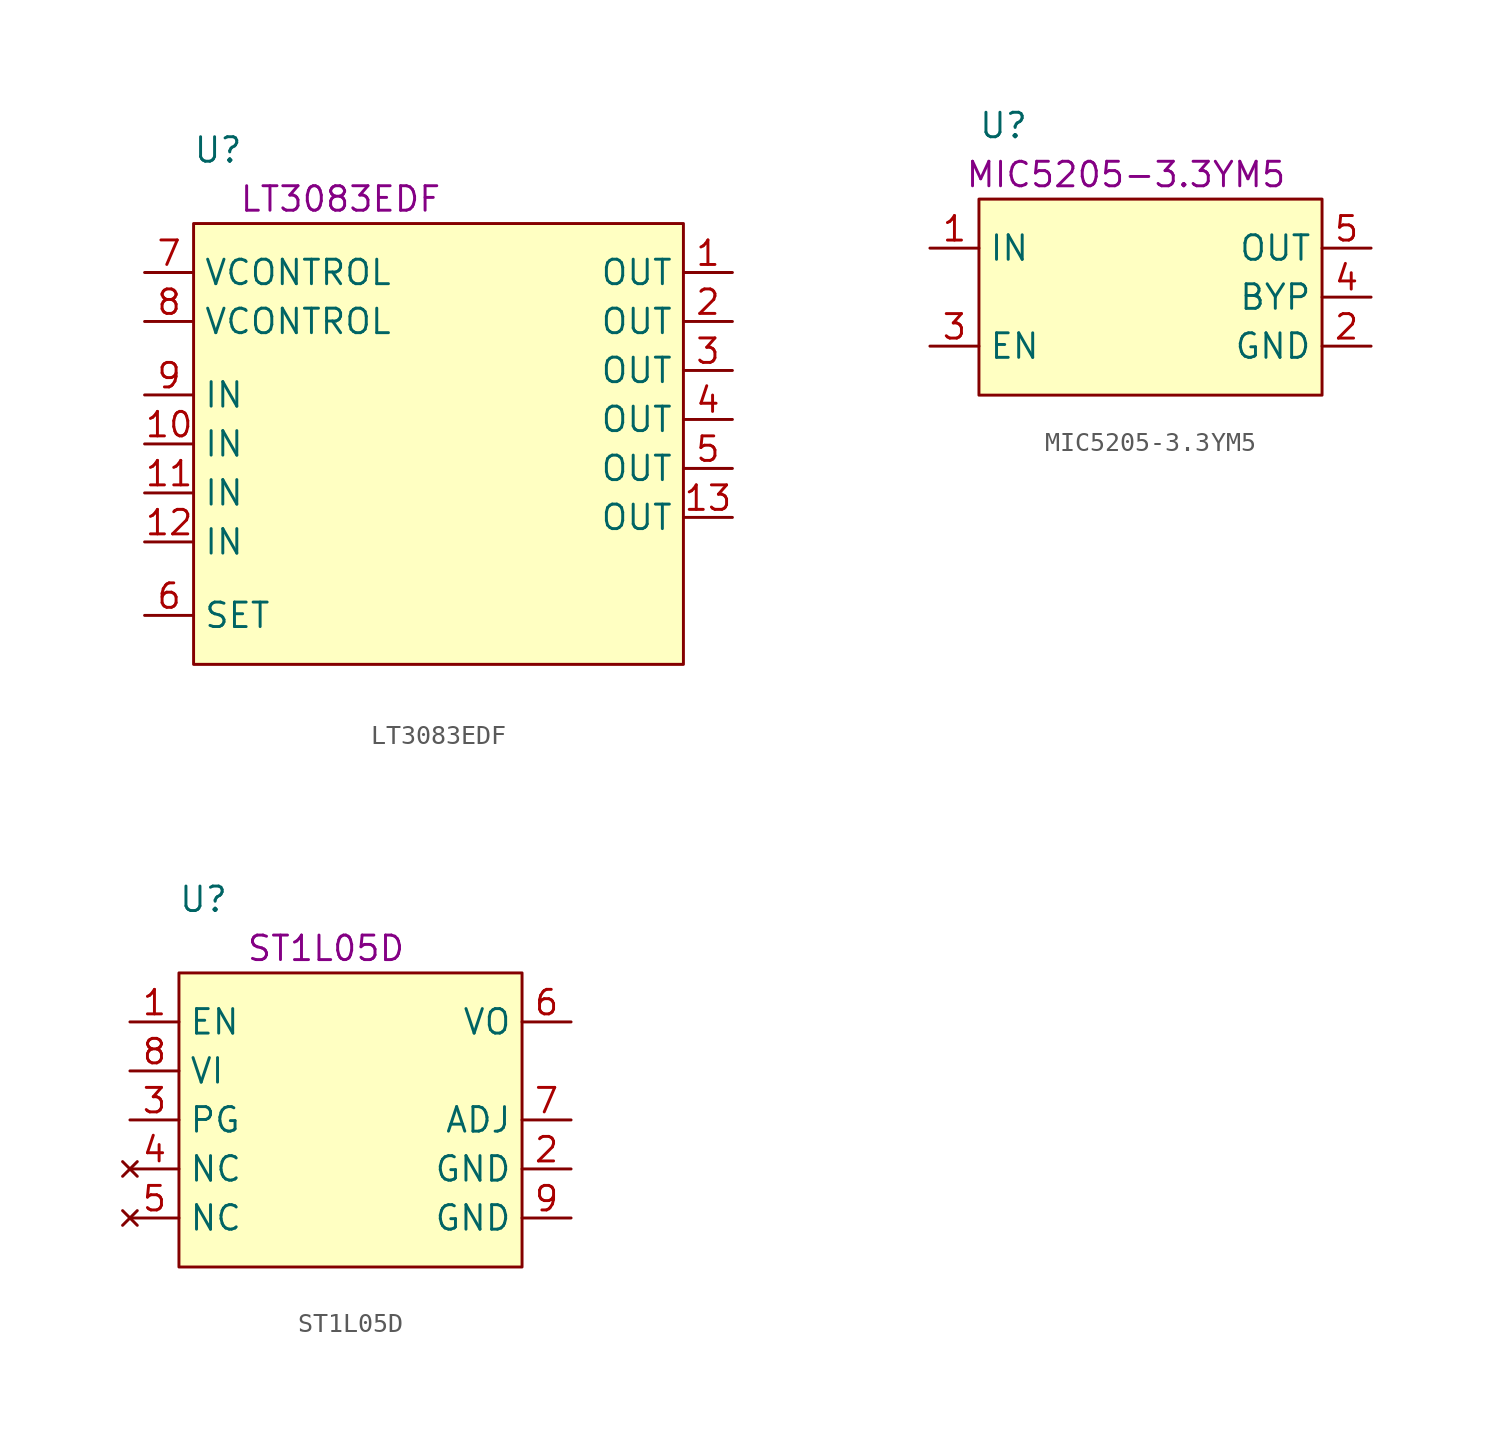
<source format=kicad_sym>
(kicad_symbol_lib
  (version 20211014)
  (generator kicad_symbol_editor)
  (symbol "LT3083EDF"
    (property "Reference" "U"
      (at 3.81 6.35 0)
      (effects (font (size 1.27 1.27))))
    (property "P/N" "LT3083EDF"
      (at 10.16 3.81 0)
      (effects (font (size 1.27 1.27))))
    (symbol "LT3083EDF_0_0"
      (pin power_out line (at 30.48 0 180) (length 2.54) (name "OUT" (effects (font (size 1.27 1.27)))) (number "1" (effects (font (size 1.27 1.27)))))
      (pin power_in line (at 0 -8.89 0) (length 2.54) (name "IN" (effects (font (size 1.27 1.27)))) (number "10" (effects (font (size 1.27 1.27)))))
      (pin power_in line (at 0 -11.43 0) (length 2.54) (name "IN" (effects (font (size 1.27 1.27)))) (number "11" (effects (font (size 1.27 1.27)))))
      (pin power_in line (at 0 -13.97 0) (length 2.54) (name "IN" (effects (font (size 1.27 1.27)))) (number "12" (effects (font (size 1.27 1.27)))))
      (pin power_out line (at 30.48 -12.7 180) (length 2.54) (name "OUT" (effects (font (size 1.27 1.27)))) (number "13" (effects (font (size 1.27 1.27)))))
      (pin power_out line (at 30.48 -2.54 180) (length 2.54) (name "OUT" (effects (font (size 1.27 1.27)))) (number "2" (effects (font (size 1.27 1.27)))))
      (pin power_out line (at 30.48 -5.08 180) (length 2.54) (name "OUT" (effects (font (size 1.27 1.27)))) (number "3" (effects (font (size 1.27 1.27)))))
      (pin power_out line (at 30.48 -7.62 180) (length 2.54) (name "OUT" (effects (font (size 1.27 1.27)))) (number "4" (effects (font (size 1.27 1.27)))))
      (pin power_out line (at 30.48 -10.16 180) (length 2.54) (name "OUT" (effects (font (size 1.27 1.27)))) (number "5" (effects (font (size 1.27 1.27)))))
      (pin passive line (at 0 -17.78 0) (length 2.54) (name "SET" (effects (font (size 1.27 1.27)))) (number "6" (effects (font (size 1.27 1.27)))))
      (pin passive line (at 0 0 0) (length 2.54) (name "VCONTROL" (effects (font (size 1.27 1.27)))) (number "7" (effects (font (size 1.27 1.27)))))
      (pin passive line (at 0 -2.54 0) (length 2.54) (name "VCONTROL" (effects (font (size 1.27 1.27)))) (number "8" (effects (font (size 1.27 1.27)))))
      (pin power_in line (at 0 -6.35 0) (length 2.54) (name "IN" (effects (font (size 1.27 1.27)))) (number "9" (effects (font (size 1.27 1.27))))))
    (symbol "LT3083EDF_0_1"
      (rectangle (start 2.54 2.54) (end 27.94 -20.32) (stroke (width 0) (type default) (color 0 0 0 0)) (fill (type background)))))
  (symbol "MIC5205-3.3YM5"
    (property "Reference" "U"
      (at 3.81 6.35 0)
      (effects (font (size 1.27 1.27))))
    (property "P/N" "MIC5205-3.3YM5"
      (at 10.16 3.81 0)
      (effects (font (size 1.27 1.27))))
    (symbol "MIC5205-3.3YM5_0_0"
      (pin power_in line (at 0 0 0) (length 2.54) (name "IN" (effects (font (size 1.27 1.27)))) (number "1" (effects (font (size 1.27 1.27)))))
      (pin power_in line (at 22.86 -5.08 180) (length 2.54) (name "GND" (effects (font (size 1.27 1.27)))) (number "2" (effects (font (size 1.27 1.27)))))
      (pin passive line (at 0 -5.08 0) (length 2.54) (name "EN" (effects (font (size 1.27 1.27)))) (number "3" (effects (font (size 1.27 1.27)))))
      (pin passive line (at 22.86 -2.54 180) (length 2.54) (name "BYP" (effects (font (size 1.27 1.27)))) (number "4" (effects (font (size 1.27 1.27)))))
      (pin power_out line (at 22.86 0 180) (length 2.54) (name "OUT" (effects (font (size 1.27 1.27)))) (number "5" (effects (font (size 1.27 1.27))))))
    (symbol "MIC5205-3.3YM5_0_1"
      (rectangle (start 2.54 2.54) (end 20.32 -7.62) (stroke (width 0) (type default) (color 0 0 0 0)) (fill (type background)))))
  (symbol "ST1L05D"
    (property "Reference" "U"
      (at 3.81 6.35 0)
      (effects (font (size 1.27 1.27))))
    (property "P/N" "ST1L05D"
      (at 10.16 3.81 0)
      (effects (font (size 1.27 1.27))))
    (symbol "ST1L05D_0_0"
      (pin passive line (at 0 0 0) (length 2.54) (name "EN" (effects (font (size 1.27 1.27)))) (number "1" (effects (font (size 1.27 1.27)))))
      (pin power_in line (at 22.86 -7.62 180) (length 2.54) (name "GND" (effects (font (size 1.27 1.27)))) (number "2" (effects (font (size 1.27 1.27)))))
      (pin passive line (at 0 -5.08 0) (length 2.54) (name "PG" (effects (font (size 1.27 1.27)))) (number "3" (effects (font (size 1.27 1.27)))))
      (pin no_connect line (at 0 -7.62 0) (length 2.54) (name "NC" (effects (font (size 1.27 1.27)))) (number "4" (effects (font (size 1.27 1.27)))))
      (pin no_connect line (at 0 -10.16 0) (length 2.54) (name "NC" (effects (font (size 1.27 1.27)))) (number "5" (effects (font (size 1.27 1.27)))))
      (pin power_out line (at 22.86 0 180) (length 2.54) (name "VO" (effects (font (size 1.27 1.27)))) (number "6" (effects (font (size 1.27 1.27)))))
      (pin passive line (at 22.86 -5.08 180) (length 2.54) (name "ADJ" (effects (font (size 1.27 1.27)))) (number "7" (effects (font (size 1.27 1.27)))))
      (pin power_in line (at 0 -2.54 0) (length 2.54) (name "VI" (effects (font (size 1.27 1.27)))) (number "8" (effects (font (size 1.27 1.27)))))
      (pin power_in line (at 22.86 -10.16 180) (length 2.54) (name "GND" (effects (font (size 1.27 1.27)))) (number "9" (effects (font (size 1.27 1.27))))))
    (symbol "ST1L05D_0_1"
      (rectangle (start 2.54 2.54) (end 20.32 -12.7) (stroke (width 0) (type default) (color 0 0 0 0)) (fill (type background))))))
</source>
